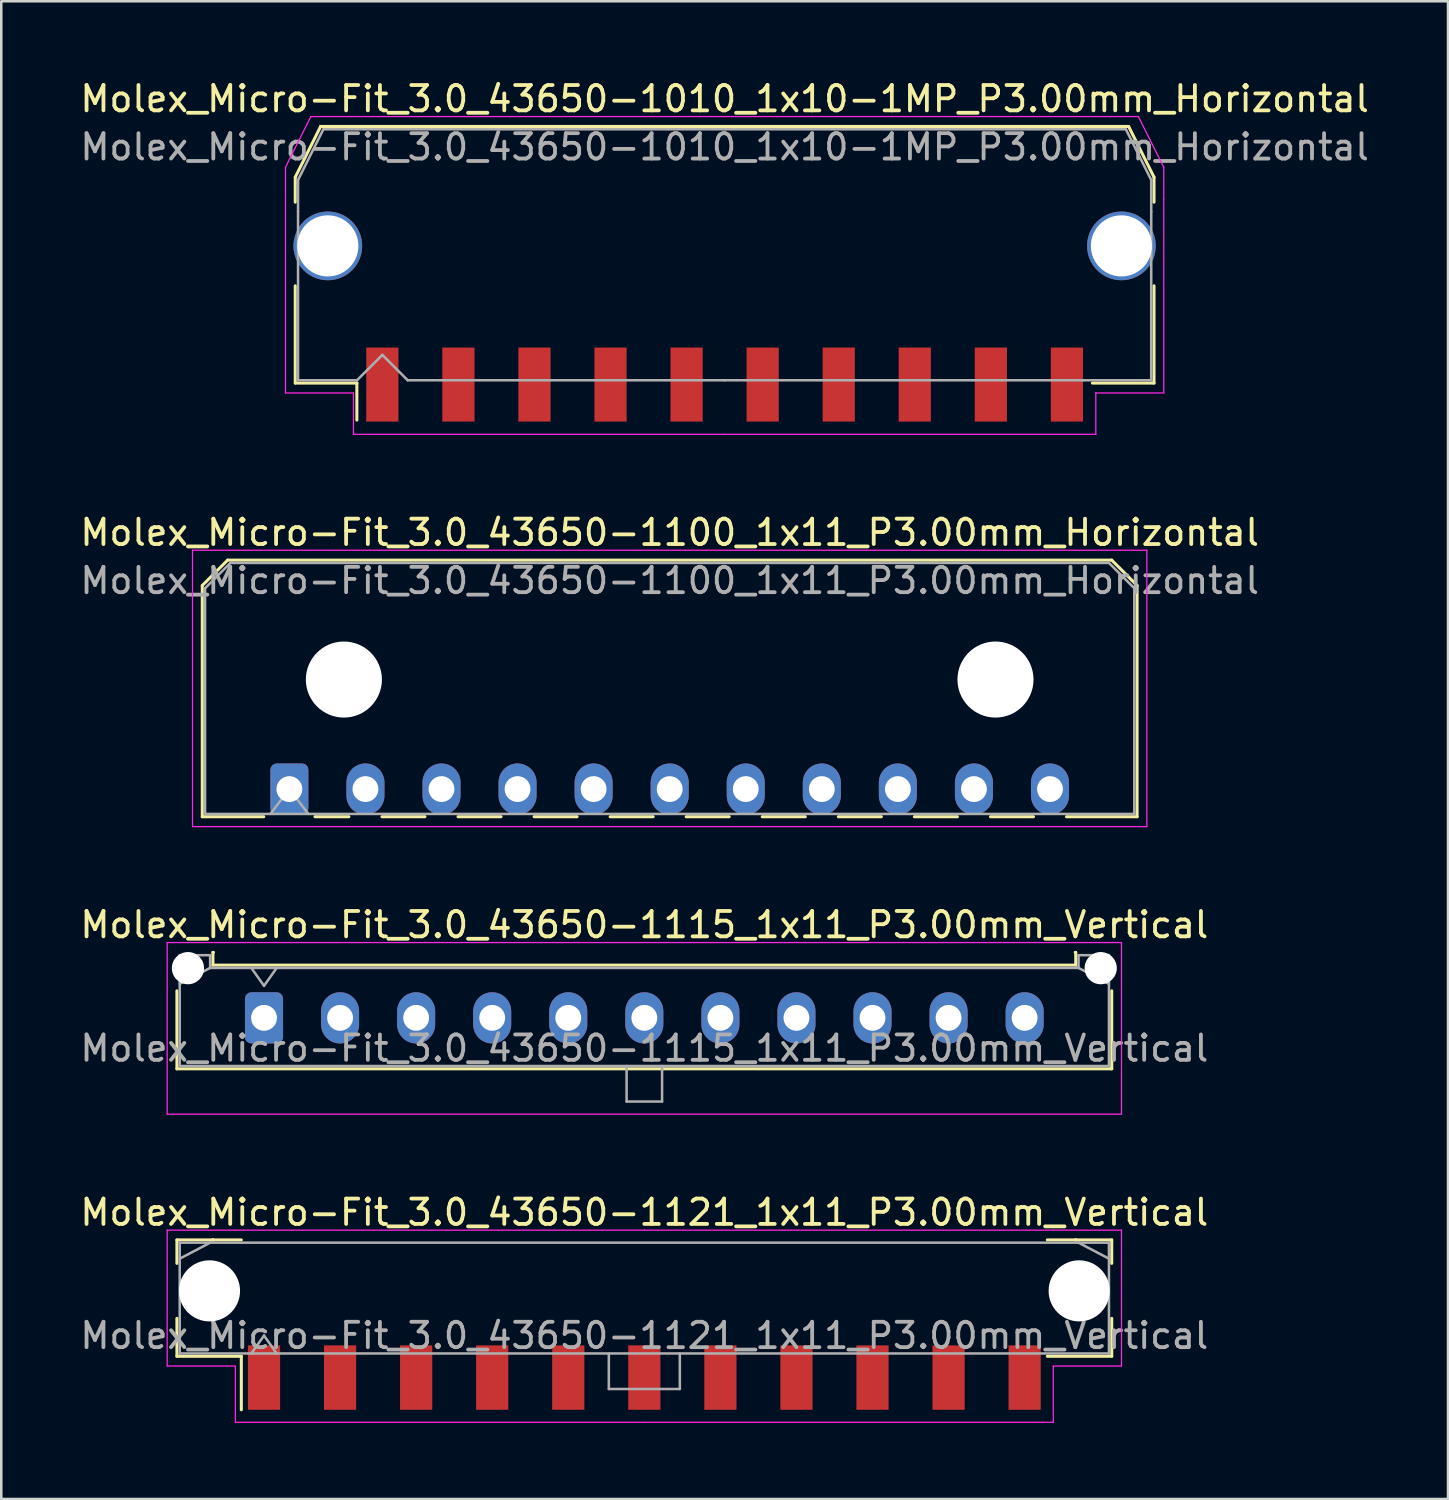
<source format=kicad_pcb>
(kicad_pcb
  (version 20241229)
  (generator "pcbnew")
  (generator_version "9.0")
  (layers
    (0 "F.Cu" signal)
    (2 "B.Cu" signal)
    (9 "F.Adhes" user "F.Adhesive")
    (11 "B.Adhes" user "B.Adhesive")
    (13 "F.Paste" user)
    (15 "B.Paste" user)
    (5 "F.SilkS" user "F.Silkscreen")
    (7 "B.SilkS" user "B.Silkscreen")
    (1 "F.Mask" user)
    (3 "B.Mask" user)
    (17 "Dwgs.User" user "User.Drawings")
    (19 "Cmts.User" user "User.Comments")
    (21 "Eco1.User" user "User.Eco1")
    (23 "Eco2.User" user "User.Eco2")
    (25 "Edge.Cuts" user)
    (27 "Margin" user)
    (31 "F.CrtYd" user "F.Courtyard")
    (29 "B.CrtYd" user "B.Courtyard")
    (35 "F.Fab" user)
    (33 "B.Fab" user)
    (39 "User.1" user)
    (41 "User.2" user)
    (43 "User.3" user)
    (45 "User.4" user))
  (footprint "Molex_Micro-Fit_3.0_43650-1010_1x10-1MP_P3.00mm_Horizontal"
    (layer "F.Cu")
    (at 25.53 6.998)
    (property "Reference" "Molex_Micro-Fit_3.0_43650-1010_1x10-1MP_P3.00mm_Horizontal" (at 0 -6.15 0) (layer "F.SilkS") (effects (font (size 1 1) (thickness 0.15))))
    (attr smd)
    (fp_line (start -16.935 -3.06) (end -16.935 -2.075) (stroke (width 0.12) (type solid)) (layer "F.SilkS"))
    (fp_line (start -16.935 1.225) (end -16.935 5.06) (stroke (width 0.12) (type solid)) (layer "F.SilkS"))
    (fp_line (start -16.935 5.06) (end -14.505 5.06) (stroke (width 0.12) (type solid)) (layer "F.SilkS"))
    (fp_line (start -15.935 -5.06) (end -16.935 -3.06) (stroke (width 0.12) (type solid)) (layer "F.SilkS"))
    (fp_line (start -14.505 5.06) (end -14.505 6.52) (stroke (width 0.12) (type solid)) (layer "F.SilkS"))
    (fp_line (start 0 -5.06) (end -15.935 -5.06) (stroke (width 0.12) (type solid)) (layer "F.SilkS"))
    (fp_line (start 0 -5.06) (end 15.935 -5.06) (stroke (width 0.12) (type solid)) (layer "F.SilkS"))
    (fp_line (start 15.935 -5.06) (end 16.935 -3.06) (stroke (width 0.12) (type solid)) (layer "F.SilkS"))
    (fp_line (start 16.935 -3.06) (end 16.935 -2.075) (stroke (width 0.12) (type solid)) (layer "F.SilkS"))
    (fp_line (start 16.935 1.225) (end 16.935 5.06) (stroke (width 0.12) (type solid)) (layer "F.SilkS"))
    (fp_line (start 16.935 5.06) (end 14.505 5.06) (stroke (width 0.12) (type solid)) (layer "F.SilkS"))
    (fp_line (start -17.32 -3.45) (end -17.32 -2.2) (stroke (width 0.05) (type solid)) (layer "F.CrtYd"))
    (fp_line (start -17.32 -2.2) (end -17.32 5.45) (stroke (width 0.05) (type solid)) (layer "F.CrtYd"))
    (fp_line (start -17.32 5.45) (end -14.64 5.45) (stroke (width 0.05) (type solid)) (layer "F.CrtYd"))
    (fp_line (start -16.32 -5.45) (end -17.32 -3.45) (stroke (width 0.05) (type solid)) (layer "F.CrtYd"))
    (fp_line (start -14.64 5.45) (end -14.64 7.08) (stroke (width 0.05) (type solid)) (layer "F.CrtYd"))
    (fp_line (start -14.64 7.08) (end 0 7.08) (stroke (width 0.05) (type solid)) (layer "F.CrtYd"))
    (fp_line (start 0 -5.45) (end -16.32 -5.45) (stroke (width 0.05) (type solid)) (layer "F.CrtYd"))
    (fp_line (start 0 -5.45) (end 16.32 -5.45) (stroke (width 0.05) (type solid)) (layer "F.CrtYd"))
    (fp_line (start 14.64 5.45) (end 14.64 7.08) (stroke (width 0.05) (type solid)) (layer "F.CrtYd"))
    (fp_line (start 14.64 7.08) (end 0 7.08) (stroke (width 0.05) (type solid)) (layer "F.CrtYd"))
    (fp_line (start 16.32 -5.45) (end 17.32 -3.45) (stroke (width 0.05) (type solid)) (layer "F.CrtYd"))
    (fp_line (start 17.32 -3.45) (end 17.32 -2.2) (stroke (width 0.05) (type solid)) (layer "F.CrtYd"))
    (fp_line (start 17.32 -2.2) (end 17.32 5.45) (stroke (width 0.05) (type solid)) (layer "F.CrtYd"))
    (fp_line (start 17.32 5.45) (end 14.64 5.45) (stroke (width 0.05) (type solid)) (layer "F.CrtYd"))
    (fp_line (start -16.825 -2.95) (end -16.825 -1.705) (stroke (width 0.1) (type solid)) (layer "F.Fab"))
    (fp_line (start -16.825 -1.705) (end -16.825 4.95) (stroke (width 0.1) (type solid)) (layer "F.Fab"))
    (fp_line (start -16.825 4.95) (end -14.5 4.95) (stroke (width 0.1) (type solid)) (layer "F.Fab"))
    (fp_line (start -15.825 -4.95) (end -16.825 -2.95) (stroke (width 0.1) (type solid)) (layer "F.Fab"))
    (fp_line (start -14.5 4.95) (end -13.5 3.95) (stroke (width 0.1) (type solid)) (layer "F.Fab"))
    (fp_line (start -13.5 3.95) (end -12.5 4.95) (stroke (width 0.1) (type solid)) (layer "F.Fab"))
    (fp_line (start -12.5 4.95) (end 0 4.95) (stroke (width 0.1) (type solid)) (layer "F.Fab"))
    (fp_line (start 0 -4.95) (end -15.825 -4.95) (stroke (width 0.1) (type solid)) (layer "F.Fab"))
    (fp_line (start 0 -4.95) (end 15.825 -4.95) (stroke (width 0.1) (type solid)) (layer "F.Fab"))
    (fp_line (start 14.135 4.95) (end 0 4.95) (stroke (width 0.1) (type solid)) (layer "F.Fab"))
    (fp_line (start 15.825 -4.95) (end 16.825 -2.95) (stroke (width 0.1) (type solid)) (layer "F.Fab"))
    (fp_line (start 16.825 -2.95) (end 16.825 -1.705) (stroke (width 0.1) (type solid)) (layer "F.Fab"))
    (fp_line (start 16.825 -1.705) (end 16.825 4.95) (stroke (width 0.1) (type solid)) (layer "F.Fab"))
    (fp_line (start 16.825 4.95) (end 14.135 4.95) (stroke (width 0.1) (type solid)) (layer "F.Fab"))
    (fp_text user "${REFERENCE}" (at 0 -4.25 0) (layer "F.Fab") (effects (font (size 1 1) (thickness 0.15))))
    (pad "1" smd rect (at -13.5 5.12) (size 1.27 2.92) (layers "F.Cu" "F.Mask" "F.Paste"))
    (pad "2" smd rect (at -10.5 5.12) (size 1.27 2.92) (layers "F.Cu" "F.Mask" "F.Paste"))
    (pad "3" smd rect (at -7.5 5.12) (size 1.27 2.92) (layers "F.Cu" "F.Mask" "F.Paste"))
    (pad "4" smd rect (at -4.5 5.12) (size 1.27 2.92) (layers "F.Cu" "F.Mask" "F.Paste"))
    (pad "5" smd rect (at -1.5 5.12) (size 1.27 2.92) (layers "F.Cu" "F.Mask" "F.Paste"))
    (pad "6" smd rect (at 1.5 5.12) (size 1.27 2.92) (layers "F.Cu" "F.Mask" "F.Paste"))
    (pad "7" smd rect (at 4.5 5.12) (size 1.27 2.92) (layers "F.Cu" "F.Mask" "F.Paste"))
    (pad "8" smd rect (at 7.5 5.12) (size 1.27 2.92) (layers "F.Cu" "F.Mask" "F.Paste"))
    (pad "9" smd rect (at 10.5 5.12) (size 1.27 2.92) (layers "F.Cu" "F.Mask" "F.Paste"))
    (pad "10" smd rect (at 13.5 5.12) (size 1.27 2.92) (layers "F.Cu" "F.Mask" "F.Paste"))
    (pad "MP" thru_hole circle (at -15.65 -0.35) (size 2.71 2.71) (drill 2.41) (layers "*.Cu" "*.Mask"))
    (pad "MP" thru_hole circle (at 15.65 -0.35) (size 2.71 2.71) (drill 2.41) (layers "*.Cu" "*.Mask")))
  (footprint "Molex_Micro-Fit_3.0_43650-1115_1x11_P3.00mm_Vertical"
    (layer "F.Cu")
    (at 7.363 37.095)
    (property "Reference" "Molex_Micro-Fit_3.0_43650-1115_1x11_P3.00mm_Vertical" (at 15 -3.67 0) (layer "F.SilkS") (effects (font (size 1 1) (thickness 0.15))))
    (attr through_hole)
    (fp_line (start -3.435 -1.065) (end -3.435 2.01) (stroke (width 0.12) (type solid)) (layer "F.SilkS"))
    (fp_line (start -3.435 2.01) (end 33.435 2.01) (stroke (width 0.12) (type solid)) (layer "F.SilkS"))
    (fp_line (start -2.015 -2.58) (end -2.015 -2.08) (stroke (width 0.12) (type solid)) (layer "F.SilkS"))
    (fp_line (start -2.015 -2.08) (end 32.015 -2.08) (stroke (width 0.12) (type solid)) (layer "F.SilkS"))
    (fp_line (start -1.995 -2.58) (end -2.015 -2.58) (stroke (width 0.12) (type solid)) (layer "F.SilkS"))
    (fp_line (start 32.015 -2.58) (end 31.995 -2.58) (stroke (width 0.12) (type solid)) (layer "F.SilkS"))
    (fp_line (start 32.015 -2.08) (end 32.015 -2.58) (stroke (width 0.12) (type solid)) (layer "F.SilkS"))
    (fp_line (start 33.435 2.01) (end 33.435 -1.065) (stroke (width 0.12) (type solid)) (layer "F.SilkS"))
    (fp_line (start -3.82 -2.97) (end 33.82 -2.97) (stroke (width 0.05) (type solid)) (layer "F.CrtYd"))
    (fp_line (start -3.82 3.8) (end -3.82 -2.97) (stroke (width 0.05) (type solid)) (layer "F.CrtYd"))
    (fp_line (start 33.82 -2.97) (end 33.82 3.8) (stroke (width 0.05) (type solid)) (layer "F.CrtYd"))
    (fp_line (start 33.82 3.8) (end -3.82 3.8) (stroke (width 0.05) (type solid)) (layer "F.CrtYd"))
    (fp_line (start -3.325 -2.47) (end -3.325 1.9) (stroke (width 0.1) (type solid)) (layer "F.Fab"))
    (fp_line (start -3.325 -1.34) (end -2.125 -1.97) (stroke (width 0.1) (type solid)) (layer "F.Fab"))
    (fp_line (start -3.325 1.9) (end 33.325 1.9) (stroke (width 0.1) (type solid)) (layer "F.Fab"))
    (fp_line (start -2.125 -2.47) (end -3.325 -2.47) (stroke (width 0.1) (type solid)) (layer "F.Fab"))
    (fp_line (start -2.125 -1.97) (end -2.125 -2.47) (stroke (width 0.1) (type solid)) (layer "F.Fab"))
    (fp_line (start -0.5 -1.97) (end 0 -1.263) (stroke (width 0.1) (type solid)) (layer "F.Fab"))
    (fp_line (start 0 -1.263) (end 0.5 -1.97) (stroke (width 0.1) (type solid)) (layer "F.Fab"))
    (fp_line (start 14.3 1.9) (end 14.3 3.3) (stroke (width 0.1) (type solid)) (layer "F.Fab"))
    (fp_line (start 14.3 3.3) (end 15.7 3.3) (stroke (width 0.1) (type solid)) (layer "F.Fab"))
    (fp_line (start 15.7 3.3) (end 15.7 1.9) (stroke (width 0.1) (type solid)) (layer "F.Fab"))
    (fp_line (start 32.125 -2.47) (end 32.125 -1.97) (stroke (width 0.1) (type solid)) (layer "F.Fab"))
    (fp_line (start 32.125 -1.97) (end -2.125 -1.97) (stroke (width 0.1) (type solid)) (layer "F.Fab"))
    (fp_line (start 33.325 -2.47) (end 32.125 -2.47) (stroke (width 0.1) (type solid)) (layer "F.Fab"))
    (fp_line (start 33.325 -1.34) (end 32.125 -1.97) (stroke (width 0.1) (type solid)) (layer "F.Fab"))
    (fp_line (start 33.325 1.9) (end 33.325 -2.47) (stroke (width 0.1) (type solid)) (layer "F.Fab"))
    (fp_text user "${REFERENCE}" (at 15 1.2 0) (layer "F.Fab") (effects (font (size 1 1) (thickness 0.15))))
    (pad "" np_thru_hole circle (at -3 -1.96) (size 1.27 1.27) (drill 1.27) (layers "*.Cu" "*.Mask"))
    (pad "" np_thru_hole circle (at 33 -1.96) (size 1.27 1.27) (drill 1.27) (layers "*.Cu" "*.Mask"))
    (pad "1" thru_hole roundrect (at 0 0) (size 1.5 2.02) (drill 1.02) (layers "*.Cu" "*.Mask") (roundrect_rratio 0.167))
    (pad "2" thru_hole oval (at 3 0) (size 1.5 2.02) (drill 1.02) (layers "*.Cu" "*.Mask"))
    (pad "3" thru_hole oval (at 6 0) (size 1.5 2.02) (drill 1.02) (layers "*.Cu" "*.Mask"))
    (pad "4" thru_hole oval (at 9 0) (size 1.5 2.02) (drill 1.02) (layers "*.Cu" "*.Mask"))
    (pad "5" thru_hole oval (at 12 0) (size 1.5 2.02) (drill 1.02) (layers "*.Cu" "*.Mask"))
    (pad "6" thru_hole oval (at 15 0) (size 1.5 2.02) (drill 1.02) (layers "*.Cu" "*.Mask"))
    (pad "7" thru_hole oval (at 18 0) (size 1.5 2.02) (drill 1.02) (layers "*.Cu" "*.Mask"))
    (pad "8" thru_hole oval (at 21 0) (size 1.5 2.02) (drill 1.02) (layers "*.Cu" "*.Mask"))
    (pad "9" thru_hole oval (at 24 0) (size 1.5 2.02) (drill 1.02) (layers "*.Cu" "*.Mask"))
    (pad "10" thru_hole oval (at 27 0) (size 1.5 2.02) (drill 1.02) (layers "*.Cu" "*.Mask"))
    (pad "11" thru_hole oval (at 30 0) (size 1.5 2.02) (drill 1.02) (layers "*.Cu" "*.Mask")))
  (footprint "Molex_Micro-Fit_3.0_43650-1100_1x11_P3.00mm_Horizontal"
    (layer "F.Cu")
    (at 8.363 28.072)
    (property "Reference" "Molex_Micro-Fit_3.0_43650-1100_1x11_P3.00mm_Horizontal" (at 15 -10.12 0) (layer "F.SilkS") (effects (font (size 1 1) (thickness 0.15))))
    (attr through_hole)
    (fp_line (start -3.435 -8.03) (end -2.435 -9.03) (stroke (width 0.12) (type solid)) (layer "F.SilkS"))
    (fp_line (start -3.435 1.09) (end -3.435 -8.03) (stroke (width 0.12) (type solid)) (layer "F.SilkS"))
    (fp_line (start -3.435 1.09) (end -1.01 1.09) (stroke (width 0.12) (type solid)) (layer "F.SilkS"))
    (fp_line (start -2.435 -9.03) (end 32.435 -9.03) (stroke (width 0.12) (type solid)) (layer "F.SilkS"))
    (fp_line (start 1.01 1.09) (end 2.348 1.09) (stroke (width 0.12) (type solid)) (layer "F.SilkS"))
    (fp_line (start 3.652 1.09) (end 5.348 1.09) (stroke (width 0.12) (type solid)) (layer "F.SilkS"))
    (fp_line (start 6.652 1.09) (end 8.348 1.09) (stroke (width 0.12) (type solid)) (layer "F.SilkS"))
    (fp_line (start 9.652 1.09) (end 11.348 1.09) (stroke (width 0.12) (type solid)) (layer "F.SilkS"))
    (fp_line (start 12.652 1.09) (end 14.348 1.09) (stroke (width 0.12) (type solid)) (layer "F.SilkS"))
    (fp_line (start 15.652 1.09) (end 17.348 1.09) (stroke (width 0.12) (type solid)) (layer "F.SilkS"))
    (fp_line (start 18.652 1.09) (end 20.348 1.09) (stroke (width 0.12) (type solid)) (layer "F.SilkS"))
    (fp_line (start 21.652 1.09) (end 23.348 1.09) (stroke (width 0.12) (type solid)) (layer "F.SilkS"))
    (fp_line (start 24.652 1.09) (end 26.348 1.09) (stroke (width 0.12) (type solid)) (layer "F.SilkS"))
    (fp_line (start 27.652 1.09) (end 29.348 1.09) (stroke (width 0.12) (type solid)) (layer "F.SilkS"))
    (fp_line (start 32.435 -9.03) (end 33.435 -8.03) (stroke (width 0.12) (type solid)) (layer "F.SilkS"))
    (fp_line (start 33.435 -8.03) (end 33.435 1.09) (stroke (width 0.12) (type solid)) (layer "F.SilkS"))
    (fp_line (start 33.435 1.09) (end 30.652 1.09) (stroke (width 0.12) (type solid)) (layer "F.SilkS"))
    (fp_line (start -3.82 -9.42) (end 33.82 -9.42) (stroke (width 0.05) (type solid)) (layer "F.CrtYd"))
    (fp_line (start -3.82 1.48) (end -3.82 -9.42) (stroke (width 0.05) (type solid)) (layer "F.CrtYd"))
    (fp_line (start 33.82 -9.42) (end 33.82 1.48) (stroke (width 0.05) (type solid)) (layer "F.CrtYd"))
    (fp_line (start 33.82 1.48) (end -3.82 1.48) (stroke (width 0.05) (type solid)) (layer "F.CrtYd"))
    (fp_line (start -3.325 -7.92) (end -2.325 -8.92) (stroke (width 0.1) (type solid)) (layer "F.Fab"))
    (fp_line (start -3.325 0.98) (end -3.325 -7.92) (stroke (width 0.1) (type solid)) (layer "F.Fab"))
    (fp_line (start -2.325 -8.92) (end 32.325 -8.92) (stroke (width 0.1) (type solid)) (layer "F.Fab"))
    (fp_line (start -0.75 0.98) (end 0 0) (stroke (width 0.1) (type solid)) (layer "F.Fab"))
    (fp_line (start 0 0) (end 0.75 0.98) (stroke (width 0.1) (type solid)) (layer "F.Fab"))
    (fp_line (start 32.325 -8.92) (end 33.325 -7.92) (stroke (width 0.1) (type solid)) (layer "F.Fab"))
    (fp_line (start 33.325 -7.92) (end 33.325 0.98) (stroke (width 0.1) (type solid)) (layer "F.Fab"))
    (fp_line (start 33.325 0.98) (end -3.325 0.98) (stroke (width 0.1) (type solid)) (layer "F.Fab"))
    (fp_text user "${REFERENCE}" (at 15 -8.22 0) (layer "F.Fab") (effects (font (size 1 1) (thickness 0.15))))
    (pad "" np_thru_hole circle (at 2.15 -4.32) (size 3 3) (drill 3) (layers "*.Cu" "*.Mask"))
    (pad "" np_thru_hole circle (at 27.85 -4.32) (size 3 3) (drill 3) (layers "*.Cu" "*.Mask"))
    (pad "1" thru_hole roundrect (at 0 0) (size 1.5 2.02) (drill 1.02) (layers "*.Cu" "*.Mask") (roundrect_rratio 0.167))
    (pad "2" thru_hole oval (at 3 0) (size 1.5 2.02) (drill 1.02) (layers "*.Cu" "*.Mask"))
    (pad "3" thru_hole oval (at 6 0) (size 1.5 2.02) (drill 1.02) (layers "*.Cu" "*.Mask"))
    (pad "4" thru_hole oval (at 9 0) (size 1.5 2.02) (drill 1.02) (layers "*.Cu" "*.Mask"))
    (pad "5" thru_hole oval (at 12 0) (size 1.5 2.02) (drill 1.02) (layers "*.Cu" "*.Mask"))
    (pad "6" thru_hole oval (at 15 0) (size 1.5 2.02) (drill 1.02) (layers "*.Cu" "*.Mask"))
    (pad "7" thru_hole oval (at 18 0) (size 1.5 2.02) (drill 1.02) (layers "*.Cu" "*.Mask"))
    (pad "8" thru_hole oval (at 21 0) (size 1.5 2.02) (drill 1.02) (layers "*.Cu" "*.Mask"))
    (pad "9" thru_hole oval (at 24 0) (size 1.5 2.02) (drill 1.02) (layers "*.Cu" "*.Mask"))
    (pad "10" thru_hole oval (at 27 0) (size 1.5 2.02) (drill 1.02) (layers "*.Cu" "*.Mask"))
    (pad "11" thru_hole oval (at 30 0) (size 1.5 2.02) (drill 1.02) (layers "*.Cu" "*.Mask")))
  (footprint "Molex_Micro-Fit_3.0_43650-1121_1x11_P3.00mm_Vertical"
    (layer "F.Cu")
    (at 22.363 48.148)
    (property "Reference" "Molex_Micro-Fit_3.0_43650-1121_1x11_P3.00mm_Vertical" (at 0 -3.38 0) (layer "F.SilkS") (effects (font (size 1 1) (thickness 0.15))))
    (attr smd)
    (fp_line (start -18.435 -2.295) (end -17.015 -2.295) (stroke (width 0.12) (type solid)) (layer "F.SilkS"))
    (fp_line (start -18.435 -1.37) (end -18.435 -2.295) (stroke (width 0.12) (type solid)) (layer "F.SilkS"))
    (fp_line (start -18.435 0.8) (end -18.435 2.295) (stroke (width 0.12) (type solid)) (layer "F.SilkS"))
    (fp_line (start -18.435 2.295) (end -15.895 2.295) (stroke (width 0.12) (type solid)) (layer "F.SilkS"))
    (fp_line (start -17.015 -2.295) (end -17.015 -2.295) (stroke (width 0.12) (type solid)) (layer "F.SilkS"))
    (fp_line (start -17.015 -2.295) (end -15.895 -2.295) (stroke (width 0.12) (type solid)) (layer "F.SilkS"))
    (fp_line (start -15.895 2.295) (end -15.895 4.405) (stroke (width 0.12) (type solid)) (layer "F.SilkS"))
    (fp_line (start 17.015 -2.295) (end 15.895 -2.295) (stroke (width 0.12) (type solid)) (layer "F.SilkS"))
    (fp_line (start 17.015 -2.295) (end 17.015 -2.295) (stroke (width 0.12) (type solid)) (layer "F.SilkS"))
    (fp_line (start 18.435 -2.295) (end 17.015 -2.295) (stroke (width 0.12) (type solid)) (layer "F.SilkS"))
    (fp_line (start 18.435 -1.37) (end 18.435 -2.295) (stroke (width 0.12) (type solid)) (layer "F.SilkS"))
    (fp_line (start 18.435 0.8) (end 18.435 2.295) (stroke (width 0.12) (type solid)) (layer "F.SilkS"))
    (fp_line (start 18.435 2.295) (end 15.895 2.295) (stroke (width 0.12) (type solid)) (layer "F.SilkS"))
    (fp_line (start -18.82 -2.68) (end -18.82 2.68) (stroke (width 0.05) (type solid)) (layer "F.CrtYd"))
    (fp_line (start -18.82 2.68) (end -16.13 2.68) (stroke (width 0.05) (type solid)) (layer "F.CrtYd"))
    (fp_line (start -16.13 -2.68) (end -18.82 -2.68) (stroke (width 0.05) (type solid)) (layer "F.CrtYd"))
    (fp_line (start -16.13 2.68) (end -16.13 4.9) (stroke (width 0.05) (type solid)) (layer "F.CrtYd"))
    (fp_line (start -16.13 4.9) (end 0 4.9) (stroke (width 0.05) (type solid)) (layer "F.CrtYd"))
    (fp_line (start 0 -2.68) (end -16.13 -2.68) (stroke (width 0.05) (type solid)) (layer "F.CrtYd"))
    (fp_line (start 0 -2.68) (end 16.13 -2.68) (stroke (width 0.05) (type solid)) (layer "F.CrtYd"))
    (fp_line (start 16.13 -2.68) (end 18.82 -2.68) (stroke (width 0.05) (type solid)) (layer "F.CrtYd"))
    (fp_line (start 16.13 2.68) (end 16.13 4.9) (stroke (width 0.05) (type solid)) (layer "F.CrtYd"))
    (fp_line (start 16.13 4.9) (end 0 4.9) (stroke (width 0.05) (type solid)) (layer "F.CrtYd"))
    (fp_line (start 18.82 -2.68) (end 18.82 2.68) (stroke (width 0.05) (type solid)) (layer "F.CrtYd"))
    (fp_line (start 18.82 2.68) (end 16.13 2.68) (stroke (width 0.05) (type solid)) (layer "F.CrtYd"))
    (fp_line (start -18.325 -2.185) (end -18.325 2.185) (stroke (width 0.1) (type solid)) (layer "F.Fab"))
    (fp_line (start -18.325 -1.555) (end -17.125 -2.185) (stroke (width 0.1) (type solid)) (layer "F.Fab"))
    (fp_line (start -18.325 2.185) (end 18.325 2.185) (stroke (width 0.1) (type solid)) (layer "F.Fab"))
    (fp_line (start -17.125 -2.185) (end -18.325 -2.185) (stroke (width 0.1) (type solid)) (layer "F.Fab"))
    (fp_line (start -17.125 -2.185) (end -17.125 -2.185) (stroke (width 0.1) (type solid)) (layer "F.Fab"))
    (fp_line (start -15.5 2.185) (end -15 1.478) (stroke (width 0.1) (type solid)) (layer "F.Fab"))
    (fp_line (start -15 1.478) (end -14.5 2.185) (stroke (width 0.1) (type solid)) (layer "F.Fab"))
    (fp_line (start -1.4 2.185) (end -1.4 3.585) (stroke (width 0.1) (type solid)) (layer "F.Fab"))
    (fp_line (start -1.4 3.585) (end 1.4 3.585) (stroke (width 0.1) (type solid)) (layer "F.Fab"))
    (fp_line (start 1.4 3.585) (end 1.4 2.185) (stroke (width 0.1) (type solid)) (layer "F.Fab"))
    (fp_line (start 17.125 -2.185) (end -17.125 -2.185) (stroke (width 0.1) (type solid)) (layer "F.Fab"))
    (fp_line (start 17.125 -2.185) (end 17.125 -2.185) (stroke (width 0.1) (type solid)) (layer "F.Fab"))
    (fp_line (start 18.325 -2.185) (end 17.125 -2.185) (stroke (width 0.1) (type solid)) (layer "F.Fab"))
    (fp_line (start 18.325 -1.555) (end 17.125 -2.185) (stroke (width 0.1) (type solid)) (layer "F.Fab"))
    (fp_line (start 18.325 2.185) (end 18.325 -2.185) (stroke (width 0.1) (type solid)) (layer "F.Fab"))
    (fp_text user "${REFERENCE}" (at 0 1.48 0) (layer "F.Fab") (effects (font (size 1 1) (thickness 0.15))))
    (pad "" np_thru_hole circle (at -17.15 -0.285) (size 2.41 2.41) (drill 2.41) (layers "*.Cu" "*.Mask"))
    (pad "" np_thru_hole circle (at 17.15 -0.285) (size 2.41 2.41) (drill 2.41) (layers "*.Cu" "*.Mask"))
    (pad "1" smd rect (at -15 3.135) (size 1.27 2.54) (layers "F.Cu" "F.Mask" "F.Paste"))
    (pad "2" smd rect (at -12 3.135) (size 1.27 2.54) (layers "F.Cu" "F.Mask" "F.Paste"))
    (pad "3" smd rect (at -9 3.135) (size 1.27 2.54) (layers "F.Cu" "F.Mask" "F.Paste"))
    (pad "4" smd rect (at -6 3.135) (size 1.27 2.54) (layers "F.Cu" "F.Mask" "F.Paste"))
    (pad "5" smd rect (at -3 3.135) (size 1.27 2.54) (layers "F.Cu" "F.Mask" "F.Paste"))
    (pad "6" smd rect (at 0 3.135) (size 1.27 2.54) (layers "F.Cu" "F.Mask" "F.Paste"))
    (pad "7" smd rect (at 3 3.135) (size 1.27 2.54) (layers "F.Cu" "F.Mask" "F.Paste"))
    (pad "8" smd rect (at 6 3.135) (size 1.27 2.54) (layers "F.Cu" "F.Mask" "F.Paste"))
    (pad "9" smd rect (at 9 3.135) (size 1.27 2.54) (layers "F.Cu" "F.Mask" "F.Paste"))
    (pad "10" smd rect (at 12 3.135) (size 1.27 2.54) (layers "F.Cu" "F.Mask" "F.Paste"))
    (pad "11" smd rect (at 15 3.135) (size 1.27 2.54) (layers "F.Cu" "F.Mask" "F.Paste")))
  (gr_rect
    (start -3 -3)
    (end 54.06 56.073)
    (stroke (width 0.1) (type default))
    (fill no)
    (layer "Edge.Cuts")))
</source>
